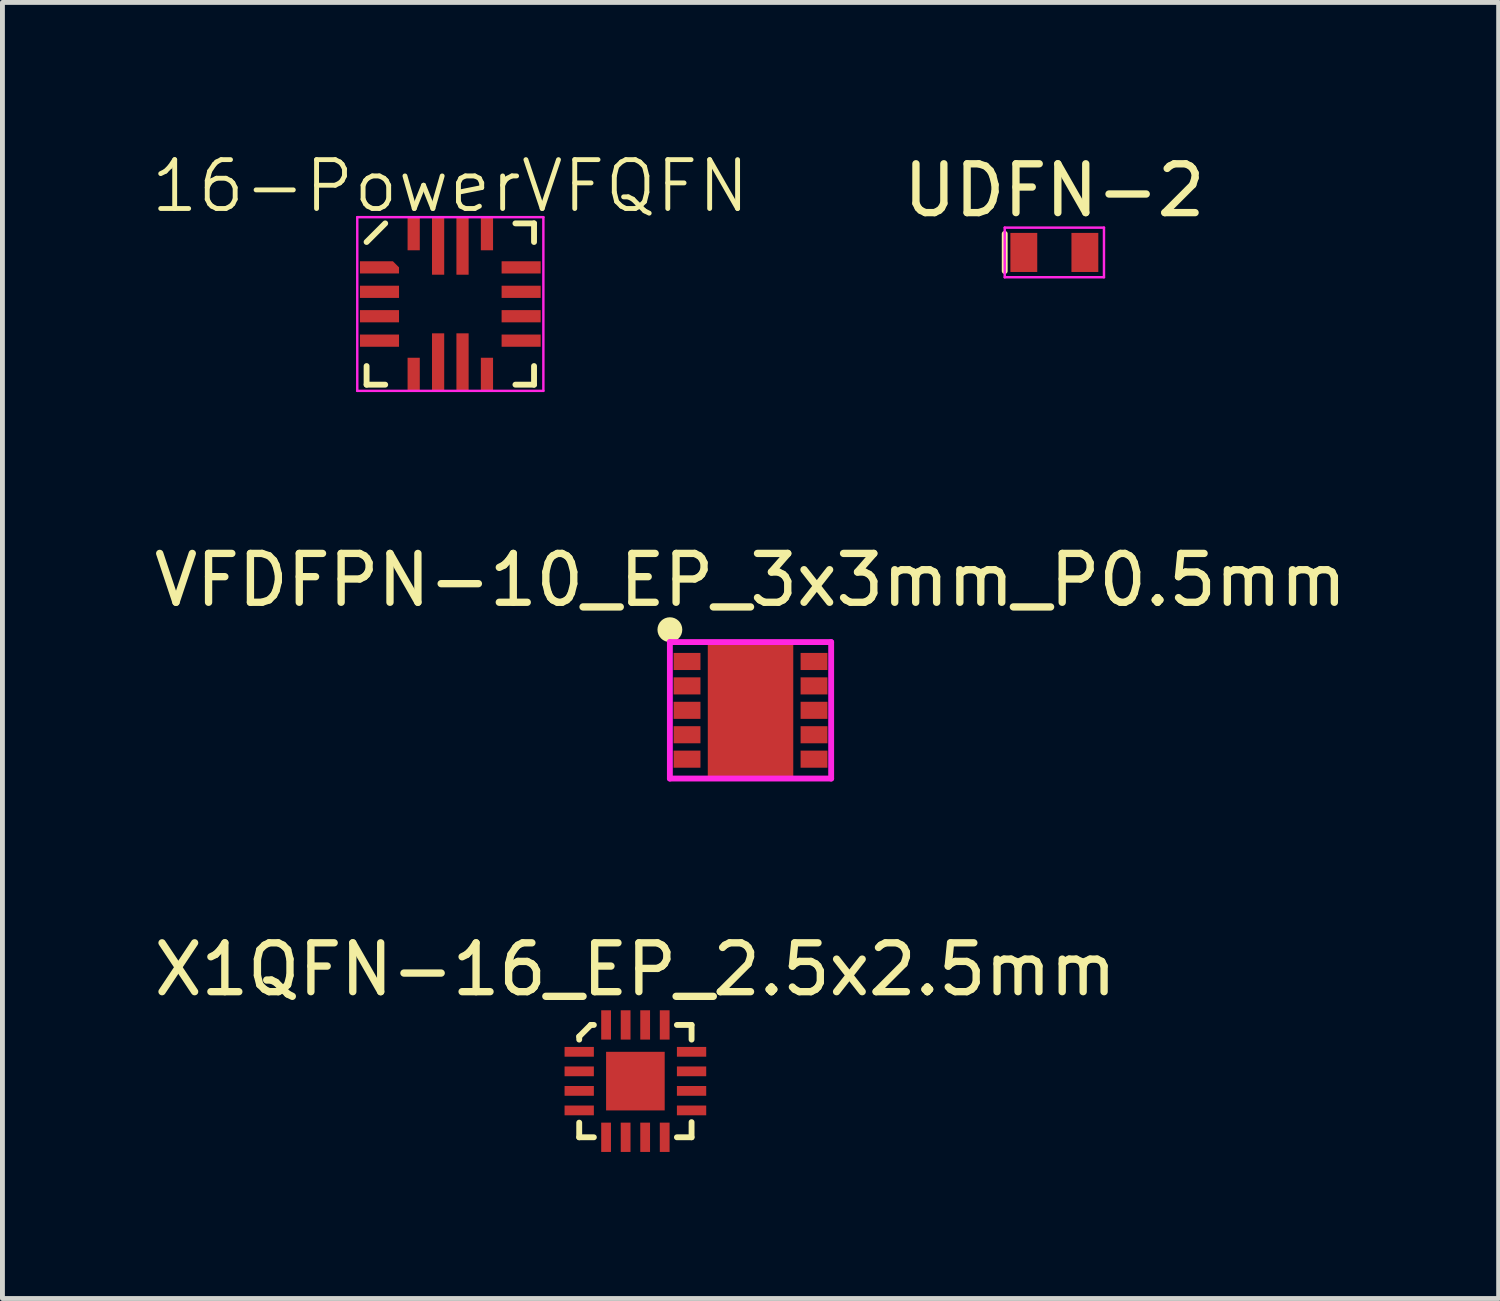
<source format=kicad_pcb>
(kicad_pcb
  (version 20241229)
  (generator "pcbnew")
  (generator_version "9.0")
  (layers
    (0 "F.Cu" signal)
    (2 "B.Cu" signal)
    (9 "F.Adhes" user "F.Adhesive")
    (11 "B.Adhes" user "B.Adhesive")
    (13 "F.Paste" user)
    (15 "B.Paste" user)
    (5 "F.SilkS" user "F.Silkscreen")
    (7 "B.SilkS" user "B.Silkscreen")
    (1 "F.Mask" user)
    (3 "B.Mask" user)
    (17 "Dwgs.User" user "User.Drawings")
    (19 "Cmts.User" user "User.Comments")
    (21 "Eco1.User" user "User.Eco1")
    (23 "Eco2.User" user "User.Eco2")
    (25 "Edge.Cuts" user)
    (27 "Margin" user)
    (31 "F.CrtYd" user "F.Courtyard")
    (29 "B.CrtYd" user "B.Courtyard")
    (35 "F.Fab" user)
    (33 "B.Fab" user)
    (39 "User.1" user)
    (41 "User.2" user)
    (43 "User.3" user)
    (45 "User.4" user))
  (footprint "UDFN-2"
    (layer "F.Cu")
    (at 18.535 2.118)
    (property "Reference" "UDFN-2" (at 0 -1.27 0) (layer "F.SilkS") (effects (font (size 1 1) (thickness 0.15))))
    (attr smd)
    (fp_line (start -1.016 -0.381) (end -1.016 0.381) (stroke (width 0.12) (type solid)) (layer "F.SilkS"))
    (fp_line (start -1.016 -0.508) (end -1.016 0.508) (stroke (width 0.05) (type solid)) (layer "F.CrtYd"))
    (fp_line (start -1.016 0.508) (end 1.016 0.508) (stroke (width 0.05) (type solid)) (layer "F.CrtYd"))
    (fp_line (start 1.016 -0.508) (end -1.016 -0.508) (stroke (width 0.05) (type solid)) (layer "F.CrtYd"))
    (fp_line (start 1.016 0.508) (end 1.016 -0.508) (stroke (width 0.05) (type solid)) (layer "F.CrtYd"))
    (pad "1" smd rect (at -0.625 0) (size 0.55 0.8) (layers "F.Cu" "F.Mask" "F.Paste"))
    (pad "2" smd rect (at 0.625 0) (size 0.55 0.8) (layers "F.Cu" "F.Mask" "F.Paste")))
  (footprint "X1QFN-16_EP_2.5x2.5mm"
    (layer "F.Cu")
    (at 9.958 19.083)
    (property "Reference" "X1QFN-16_EP_2.5x2.5mm" (at 0 -2.286 0) (layer "F.SilkS") (effects (font (size 1 1) (thickness 0.15))))
    (attr through_hole)
    (fp_line (start -1.15 -0.914) (end -1.15 -0.85) (stroke (width 0.12) (type solid)) (layer "F.SilkS"))
    (fp_line (start -1.15 -0.914) (end -0.914 -1.15) (stroke (width 0.12) (type solid)) (layer "F.SilkS"))
    (fp_line (start -1.15 1.15) (end -1.15 0.85) (stroke (width 0.12) (type solid)) (layer "F.SilkS"))
    (fp_line (start -1.15 1.15) (end -0.85 1.15) (stroke (width 0.12) (type solid)) (layer "F.SilkS"))
    (fp_line (start -0.914 -1.15) (end -0.85 -1.15) (stroke (width 0.12) (type solid)) (layer "F.SilkS"))
    (fp_line (start 1.15 -1.15) (end 0.85 -1.15) (stroke (width 0.12) (type solid)) (layer "F.SilkS"))
    (fp_line (start 1.15 -1.15) (end 1.15 -0.85) (stroke (width 0.12) (type solid)) (layer "F.SilkS"))
    (fp_line (start 1.15 1.15) (end 0.85 1.15) (stroke (width 0.12) (type solid)) (layer "F.SilkS"))
    (fp_line (start 1.15 1.15) (end 1.15 0.84) (stroke (width 0.12) (type solid)) (layer "F.SilkS"))
    (pad "" smd rect (at 0 0 90) (size 1.2 1.2) (layers "F.Cu" "F.Mask" "F.Paste"))
    (pad "1" smd rect (at -1.15 -0.6) (size 0.6 0.2) (layers "F.Cu" "F.Mask" "F.Paste"))
    (pad "2" smd rect (at -1.15 -0.2) (size 0.6 0.2) (layers "F.Cu" "F.Mask" "F.Paste"))
    (pad "3" smd rect (at -1.15 0.2) (size 0.6 0.2) (layers "F.Cu" "F.Mask" "F.Paste"))
    (pad "4" smd rect (at -1.15 0.6) (size 0.6 0.2) (layers "F.Cu" "F.Mask" "F.Paste"))
    (pad "5" smd rect (at -0.6 1.15 90) (size 0.6 0.2) (layers "F.Cu" "F.Mask" "F.Paste"))
    (pad "6" smd rect (at -0.2 1.15 90) (size 0.6 0.2) (layers "F.Cu" "F.Mask" "F.Paste"))
    (pad "7" smd rect (at 0.2 1.15 90) (size 0.6 0.2) (layers "F.Cu" "F.Mask" "F.Paste"))
    (pad "8" smd rect (at 0.6 1.15 90) (size 0.6 0.2) (layers "F.Cu" "F.Mask" "F.Paste"))
    (pad "9" smd rect (at 1.15 0.6) (size 0.6 0.2) (layers "F.Cu" "F.Mask" "F.Paste"))
    (pad "10" smd rect (at 1.15 0.2) (size 0.6 0.2) (layers "F.Cu" "F.Mask" "F.Paste"))
    (pad "11" smd rect (at 1.15 -0.2) (size 0.6 0.2) (layers "F.Cu" "F.Mask" "F.Paste"))
    (pad "12" smd rect (at 1.15 -0.6) (size 0.6 0.2) (layers "F.Cu" "F.Mask" "F.Paste"))
    (pad "13" smd rect (at 0.6 -1.15 90) (size 0.6 0.2) (layers "F.Cu" "F.Mask" "F.Paste"))
    (pad "14" smd rect (at 0.2 -1.15 90) (size 0.6 0.2) (layers "F.Cu" "F.Mask" "F.Paste"))
    (pad "15" smd rect (at -0.2 -1.15 90) (size 0.6 0.2) (layers "F.Cu" "F.Mask" "F.Paste"))
    (pad "16" smd rect (at -0.6 -1.15 90) (size 0.6 0.2) (layers "F.Cu" "F.Mask" "F.Paste")))
  (footprint "16-PowerVFQFN"
    (layer "F.Cu")
    (at 6.169 3.174)
    (property "Reference" "16-PowerVFQFN" (at 0 -2.413 0) (unlocked yes) (layer "F.SilkS") (effects (font (size 1 1) (thickness 0.1))))
    (attr smd)
    (fp_line (start -1.714 1.651) (end -1.714 1.27) (stroke (width 0.12) (type solid)) (layer "F.SilkS"))
    (fp_line (start -1.333 -1.651) (end -1.714 -1.27) (stroke (width 0.12) (type solid)) (layer "F.SilkS"))
    (fp_line (start -1.333 1.651) (end -1.714 1.651) (stroke (width 0.12) (type solid)) (layer "F.SilkS"))
    (fp_line (start 1.333 -1.651) (end 1.714 -1.651) (stroke (width 0.12) (type solid)) (layer "F.SilkS"))
    (fp_line (start 1.714 -1.651) (end 1.714 -1.27) (stroke (width 0.12) (type solid)) (layer "F.SilkS"))
    (fp_line (start 1.714 1.27) (end 1.714 1.651) (stroke (width 0.12) (type solid)) (layer "F.SilkS"))
    (fp_line (start 1.714 1.651) (end 1.333 1.651) (stroke (width 0.12) (type solid)) (layer "F.SilkS"))
    (fp_line (start -1.905 -1.778) (end -1.905 1.778) (stroke (width 0.05) (type solid)) (layer "F.CrtYd"))
    (fp_line (start -1.905 1.778) (end 1.905 1.778) (stroke (width 0.05) (type solid)) (layer "F.CrtYd"))
    (fp_line (start 1.905 -1.778) (end -1.905 -1.778) (stroke (width 0.05) (type solid)) (layer "F.CrtYd"))
    (fp_line (start 1.905 1.778) (end 1.905 -1.778) (stroke (width 0.05) (type solid)) (layer "F.CrtYd"))
    (pad "1" smd roundrect (at -1.45 -0.75) (size 0.8 0.25) (layers "F.Cu" "F.Mask" "F.Paste") (roundrect_rratio 0) (chamfer_ratio 0.5) (chamfer top_right))
    (pad "2" smd rect (at -1.45 -0.25) (size 0.8 0.25) (layers "F.Cu" "F.Mask" "F.Paste"))
    (pad "3" smd rect (at -1.45 0.25) (size 0.8 0.25) (layers "F.Cu" "F.Mask" "F.Paste"))
    (pad "4" smd rect (at -1.45 0.75) (size 0.8 0.25) (layers "F.Cu" "F.Mask" "F.Paste"))
    (pad "5" smd rect (at -0.75 1.45 90) (size 0.7 0.25) (layers "F.Cu" "F.Mask" "F.Paste"))
    (pad "6" smd rect (at -0.25 1.2 90) (size 1.2 0.25) (layers "F.Cu" "F.Mask" "F.Paste"))
    (pad "7" smd rect (at 0.25 1.2 90) (size 1.2 0.25) (layers "F.Cu" "F.Mask" "F.Paste"))
    (pad "8" smd rect (at 0.75 1.45 90) (size 0.7 0.25) (layers "F.Cu" "F.Mask" "F.Paste"))
    (pad "9" smd rect (at 1.45 0.75) (size 0.8 0.25) (layers "F.Cu" "F.Mask" "F.Paste"))
    (pad "10" smd rect (at 1.45 0.25) (size 0.8 0.25) (layers "F.Cu" "F.Mask" "F.Paste"))
    (pad "11" smd rect (at 1.45 -0.25) (size 0.8 0.25) (layers "F.Cu" "F.Mask" "F.Paste"))
    (pad "12" smd rect (at 1.45 -0.75) (size 0.8 0.25) (layers "F.Cu" "F.Mask" "F.Paste"))
    (pad "13" smd rect (at 0.75 -1.45 90) (size 0.7 0.25) (layers "F.Cu" "F.Mask" "F.Paste"))
    (pad "14" smd rect (at 0.25 -1.2 90) (size 1.2 0.25) (layers "F.Cu" "F.Mask" "F.Paste"))
    (pad "15" smd rect (at -0.25 -1.2 90) (size 1.2 0.25) (layers "F.Cu" "F.Mask" "F.Paste"))
    (pad "16" smd rect (at -0.75 -1.45 90) (size 0.7 0.25) (layers "F.Cu" "F.Mask" "F.Paste")))
  (footprint "VFDFPN-10_EP_3x3mm_P0.5mm"
    (layer "F.Cu")
    (at 12.315 11.492)
    (property "Reference" "VFDFPN-10_EP_3x3mm_P0.5mm" (at 0 -2.667 0) (layer "F.SilkS") (effects (font (size 1 1) (thickness 0.15))))
    (attr through_hole)
    (fp_circle (center -1.651 -1.651) (end -1.524 -1.651) (stroke (width 0.254) (type solid)) (fill no) (layer "F.SilkS"))
    (fp_line (start -1.651 -1.397) (end -1.651 1.397) (stroke (width 0.12) (type solid)) (layer "F.CrtYd"))
    (fp_line (start -1.651 1.397) (end 1.651 1.397) (stroke (width 0.12) (type solid)) (layer "F.CrtYd"))
    (fp_line (start 1.651 -1.397) (end -1.651 -1.397) (stroke (width 0.12) (type solid)) (layer "F.CrtYd"))
    (fp_line (start 1.651 1.397) (end 1.651 -1.397) (stroke (width 0.12) (type solid)) (layer "F.CrtYd"))
    (pad "1" smd rect (at -1.3 -1) (size 0.55 0.35) (layers "F.Cu" "F.Mask" "F.Paste"))
    (pad "2" smd rect (at -1.3 -0.5) (size 0.55 0.35) (layers "F.Cu" "F.Mask" "F.Paste"))
    (pad "3" smd rect (at -1.3 0) (size 0.55 0.35) (layers "F.Cu" "F.Mask" "F.Paste"))
    (pad "4" smd rect (at -1.3 0.5) (size 0.55 0.35) (layers "F.Cu" "F.Mask" "F.Paste"))
    (pad "5" smd rect (at -1.3 1) (size 0.55 0.35) (layers "F.Cu" "F.Mask" "F.Paste"))
    (pad "6" smd rect (at 1.3 1) (size 0.55 0.35) (layers "F.Cu" "F.Mask" "F.Paste"))
    (pad "7" smd rect (at 1.3 0.5) (size 0.55 0.35) (layers "F.Cu" "F.Mask" "F.Paste"))
    (pad "8" smd rect (at 1.3 0) (size 0.55 0.35) (layers "F.Cu" "F.Mask" "F.Paste"))
    (pad "9" smd rect (at 1.3 -0.5) (size 0.55 0.35) (layers "F.Cu" "F.Mask" "F.Paste"))
    (pad "10" smd rect (at 1.3 -1) (size 0.55 0.35) (layers "F.Cu" "F.Mask" "F.Paste"))
    (pad "11" smd rect (at 0 0) (size 1.75 2.7) (layers "F.Cu" "F.Mask" "F.Paste")))
  (gr_rect
    (start -3 -3)
    (end 27.631 23.533)
    (stroke (width 0.1) (type default))
    (fill no)
    (layer "Edge.Cuts")))
</source>
